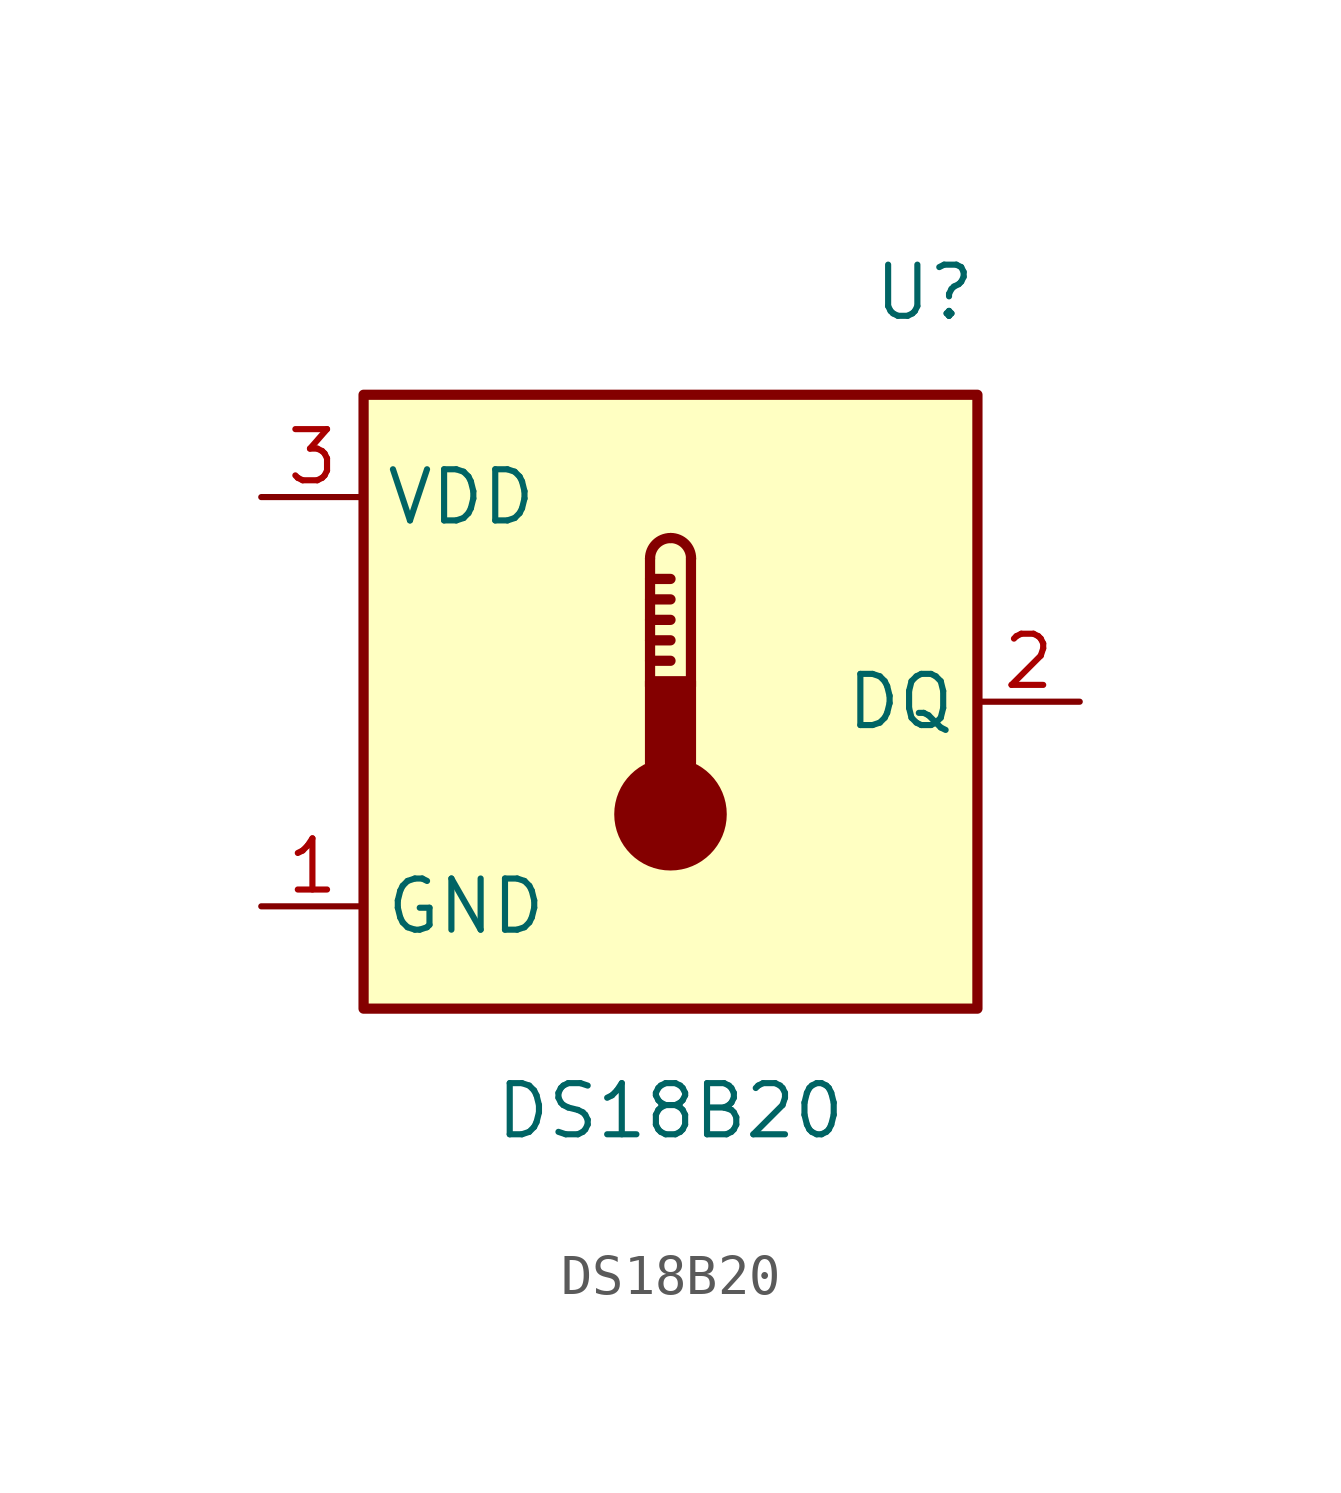
<source format=kicad_sym>
(kicad_symbol_lib
  (version 20231120)
  (generator "kicad_symbol_editor")
  (generator_version "8.0")
  (symbol "DS18B20"
    (property "Reference" "U"
      (at 7.62 10.16 0)
      (effects (font (size 1.27 1.27)) (justify right)))
    (property "Value" "DS18B20"
      (at 0 -10.16 0)
      (effects (font (size 1.27 1.27))))
    (symbol "DS18B20_0_1"
      (rectangle (start -7.62 7.62) (end 7.62 -7.62) (stroke (width 0.254) (type default)) (fill (type background)))
      (rectangle (start -0.508 0.508) (end 0.508 -1.524) (stroke (width 0.254) (type default)) (fill (type outline)))
      (circle (center 0 -2.794) (radius 1.27) (stroke (width 0.254) (type default)) (fill (type outline)))
      (polyline (pts (xy -0.508 1.016) (xy 0 1.016)) (stroke (width 0.254) (type default)) (fill (type none)))
      (polyline (pts (xy -0.508 1.524) (xy 0 1.524)) (stroke (width 0.254) (type default)) (fill (type none)))
      (polyline (pts (xy -0.508 2.032) (xy 0 2.032)) (stroke (width 0.254) (type default)) (fill (type none)))
      (polyline (pts (xy -0.508 2.54) (xy 0 2.54)) (stroke (width 0.254) (type default)) (fill (type none)))
      (polyline (pts (xy -0.508 3.048) (xy 0 3.048)) (stroke (width 0.254) (type default)) (fill (type none)))
      (polyline (pts (xy -0.508 3.556) (xy -0.508 0.381)) (stroke (width 0.254) (type default)) (fill (type none)))
      (polyline (pts (xy 0.508 3.556) (xy 0.508 0.381)) (stroke (width 0.254) (type default)) (fill (type none))))
    (symbol "DS18B20_1_1"
      (arc (start 0 4.064) (mid -0.3592 3.9152) (end -0.508 3.556) (stroke (width 0.254) (type default)) (fill (type none)))
      (arc (start 0.508 3.556) (mid 0.3592 3.9152) (end 0 4.064) (stroke (width 0.254) (type default)) (fill (type none)))
      (pin power_in line (at -10.16 -5.08 0) (length 2.54) (name "GND" (effects (font (size 1.27 1.27)))) (number "1" (effects (font (size 1.27 1.27)))))
      (pin bidirectional line (at 10.16 0 180) (length 2.54) (name "DQ" (effects (font (size 1.27 1.27)))) (number "2" (effects (font (size 1.27 1.27)))))
      (pin power_in line (at -10.16 5.08 0) (length 2.54) (name "VDD" (effects (font (size 1.27 1.27)))) (number "3" (effects (font (size 1.27 1.27))))))))
</source>
